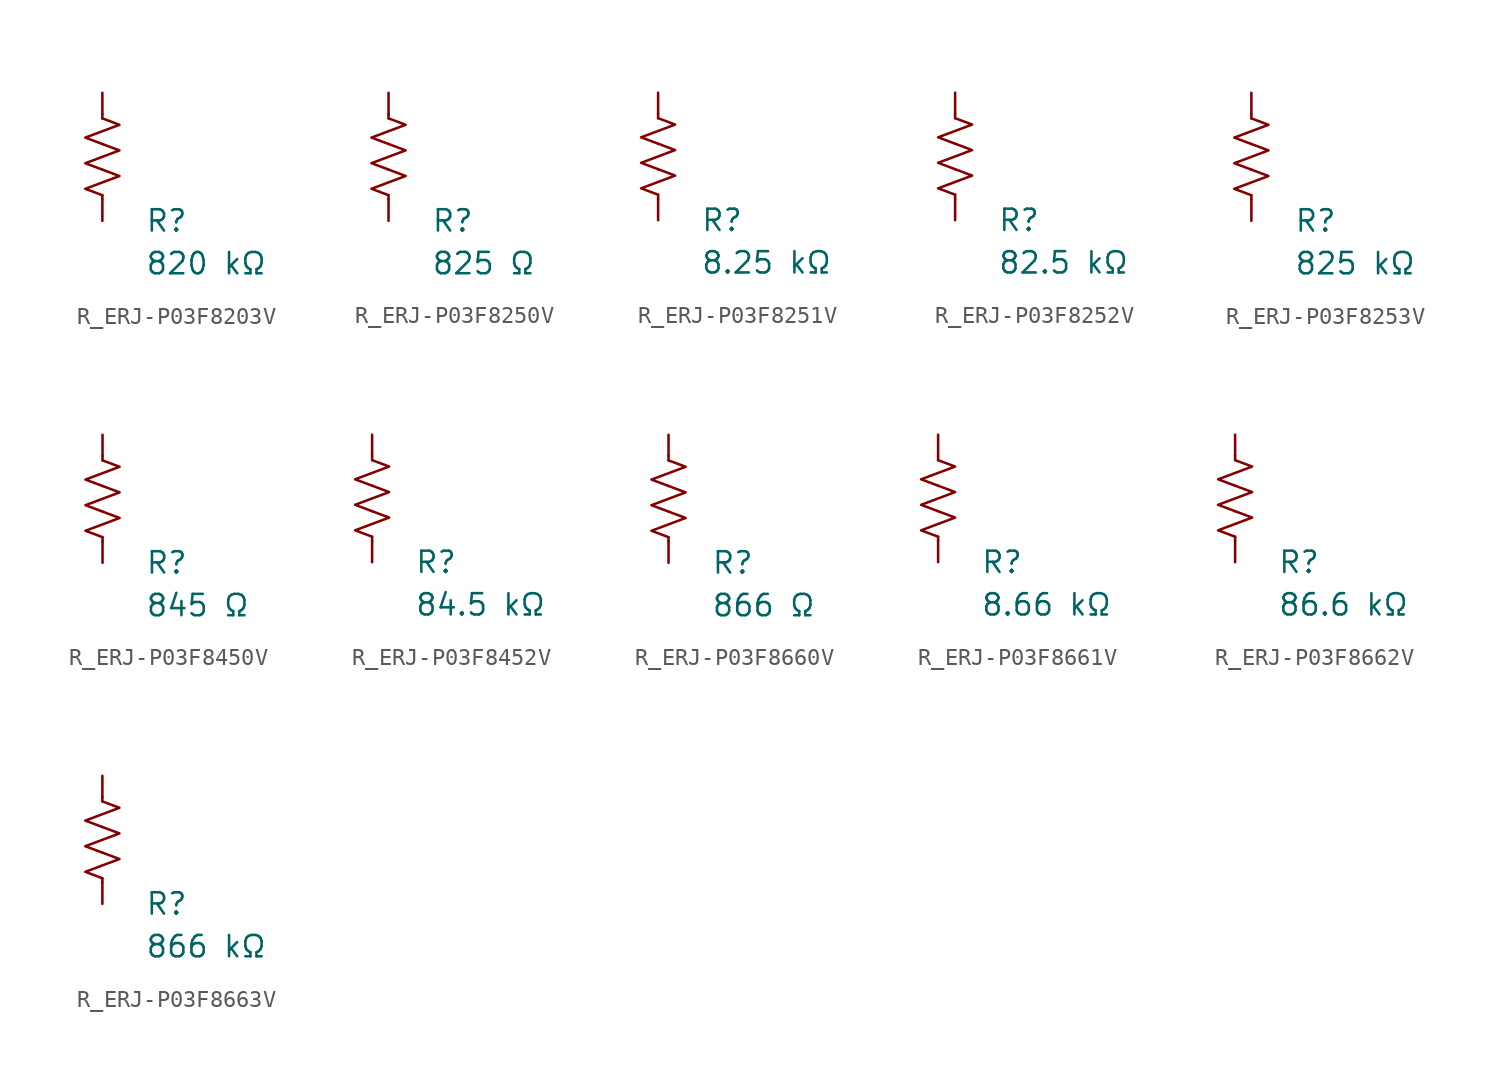
<source format=kicad_sym>
(kicad_symbol_lib
  (version 20231120)
  (generator "kicad_symbol_editor")
  (generator_version "8.0")
  (symbol "R_ERJ-P03F8203V"
    (pin_numbers hide)
    (pin_names
      (offset 0))
    (property "Reference" "R"
      (at 2.54 -3.81 0)
      (effects (font (size 1.27 1.27)) (justify left))
      (show_name no))
    (property "Value" "820 kΩ"
      (at 2.54 -6.35 0)
      (effects (font (size 1.27 1.27)) (justify left))
      (show_name no))
    (symbol "R_ERJ-P03F8203V_0_1"
      (polyline (pts (xy 0 -2.286) (xy 0 -2.54)) (stroke (width 0) (type default)) (fill (type none)))
      (polyline (pts (xy 0 2.286) (xy 0 2.54)) (stroke (width 0) (type default)) (fill (type none)))
      (polyline (pts (xy 0 -0.762) (xy 1.016 -1.143) (xy 0 -1.524) (xy -1.016 -1.905) (xy 0 -2.286)) (stroke (width 0) (type default)) (fill (type none)))
      (polyline (pts (xy 0 0.762) (xy 1.016 0.381) (xy 0 0) (xy -1.016 -0.381) (xy 0 -0.762)) (stroke (width 0) (type default)) (fill (type none)))
      (polyline (pts (xy 0 2.286) (xy 1.016 1.905) (xy 0 1.524) (xy -1.016 1.143) (xy 0 0.762)) (stroke (width 0) (type default)) (fill (type none))))
    (symbol "R_ERJ-P03F8203V_1_1"
      (pin passive line (at 0 3.81 270) (length 1.27) (name "~" (effects (font (size 1.27 1.27)))) (number "1" (effects (font (size 1.27 1.27)))))
      (pin passive line (at 0 -3.81 90) (length 1.27) (name "~" (effects (font (size 1.27 1.27)))) (number "2" (effects (font (size 1.27 1.27)))))))
  (symbol "R_ERJ-P03F8250V"
    (pin_numbers hide)
    (pin_names
      (offset 0))
    (property "Reference" "R"
      (at 2.54 -3.81 0)
      (effects (font (size 1.27 1.27)) (justify left))
      (show_name no))
    (property "Value" "825 Ω"
      (at 2.54 -6.35 0)
      (effects (font (size 1.27 1.27)) (justify left))
      (show_name no))
    (symbol "R_ERJ-P03F8250V_0_1"
      (polyline (pts (xy 0 -2.286) (xy 0 -2.54)) (stroke (width 0) (type default)) (fill (type none)))
      (polyline (pts (xy 0 2.286) (xy 0 2.54)) (stroke (width 0) (type default)) (fill (type none)))
      (polyline (pts (xy 0 -0.762) (xy 1.016 -1.143) (xy 0 -1.524) (xy -1.016 -1.905) (xy 0 -2.286)) (stroke (width 0) (type default)) (fill (type none)))
      (polyline (pts (xy 0 0.762) (xy 1.016 0.381) (xy 0 0) (xy -1.016 -0.381) (xy 0 -0.762)) (stroke (width 0) (type default)) (fill (type none)))
      (polyline (pts (xy 0 2.286) (xy 1.016 1.905) (xy 0 1.524) (xy -1.016 1.143) (xy 0 0.762)) (stroke (width 0) (type default)) (fill (type none))))
    (symbol "R_ERJ-P03F8250V_1_1"
      (pin passive line (at 0 3.81 270) (length 1.27) (name "~" (effects (font (size 1.27 1.27)))) (number "1" (effects (font (size 1.27 1.27)))))
      (pin passive line (at 0 -3.81 90) (length 1.27) (name "~" (effects (font (size 1.27 1.27)))) (number "2" (effects (font (size 1.27 1.27)))))))
  (symbol "R_ERJ-P03F8251V"
    (pin_numbers hide)
    (pin_names
      (offset 0))
    (property "Reference" "R"
      (at 2.54 -3.81 0)
      (effects (font (size 1.27 1.27)) (justify left))
      (show_name no))
    (property "Value" "8.25 kΩ"
      (at 2.54 -6.35 0)
      (effects (font (size 1.27 1.27)) (justify left))
      (show_name no))
    (symbol "R_ERJ-P03F8251V_0_1"
      (polyline (pts (xy 0 -2.286) (xy 0 -2.54)) (stroke (width 0) (type default)) (fill (type none)))
      (polyline (pts (xy 0 2.286) (xy 0 2.54)) (stroke (width 0) (type default)) (fill (type none)))
      (polyline (pts (xy 0 -0.762) (xy 1.016 -1.143) (xy 0 -1.524) (xy -1.016 -1.905) (xy 0 -2.286)) (stroke (width 0) (type default)) (fill (type none)))
      (polyline (pts (xy 0 0.762) (xy 1.016 0.381) (xy 0 0) (xy -1.016 -0.381) (xy 0 -0.762)) (stroke (width 0) (type default)) (fill (type none)))
      (polyline (pts (xy 0 2.286) (xy 1.016 1.905) (xy 0 1.524) (xy -1.016 1.143) (xy 0 0.762)) (stroke (width 0) (type default)) (fill (type none))))
    (symbol "R_ERJ-P03F8251V_1_1"
      (pin passive line (at 0 3.81 270) (length 1.27) (name "~" (effects (font (size 1.27 1.27)))) (number "1" (effects (font (size 1.27 1.27)))))
      (pin passive line (at 0 -3.81 90) (length 1.27) (name "~" (effects (font (size 1.27 1.27)))) (number "2" (effects (font (size 1.27 1.27)))))))
  (symbol "R_ERJ-P03F8252V"
    (pin_numbers hide)
    (pin_names
      (offset 0))
    (property "Reference" "R"
      (at 2.54 -3.81 0)
      (effects (font (size 1.27 1.27)) (justify left))
      (show_name no))
    (property "Value" "82.5 kΩ"
      (at 2.54 -6.35 0)
      (effects (font (size 1.27 1.27)) (justify left))
      (show_name no))
    (symbol "R_ERJ-P03F8252V_0_1"
      (polyline (pts (xy 0 -2.286) (xy 0 -2.54)) (stroke (width 0) (type default)) (fill (type none)))
      (polyline (pts (xy 0 2.286) (xy 0 2.54)) (stroke (width 0) (type default)) (fill (type none)))
      (polyline (pts (xy 0 -0.762) (xy 1.016 -1.143) (xy 0 -1.524) (xy -1.016 -1.905) (xy 0 -2.286)) (stroke (width 0) (type default)) (fill (type none)))
      (polyline (pts (xy 0 0.762) (xy 1.016 0.381) (xy 0 0) (xy -1.016 -0.381) (xy 0 -0.762)) (stroke (width 0) (type default)) (fill (type none)))
      (polyline (pts (xy 0 2.286) (xy 1.016 1.905) (xy 0 1.524) (xy -1.016 1.143) (xy 0 0.762)) (stroke (width 0) (type default)) (fill (type none))))
    (symbol "R_ERJ-P03F8252V_1_1"
      (pin passive line (at 0 3.81 270) (length 1.27) (name "~" (effects (font (size 1.27 1.27)))) (number "1" (effects (font (size 1.27 1.27)))))
      (pin passive line (at 0 -3.81 90) (length 1.27) (name "~" (effects (font (size 1.27 1.27)))) (number "2" (effects (font (size 1.27 1.27)))))))
  (symbol "R_ERJ-P03F8253V"
    (pin_numbers hide)
    (pin_names
      (offset 0))
    (property "Reference" "R"
      (at 2.54 -3.81 0)
      (effects (font (size 1.27 1.27)) (justify left))
      (show_name no))
    (property "Value" "825 kΩ"
      (at 2.54 -6.35 0)
      (effects (font (size 1.27 1.27)) (justify left))
      (show_name no))
    (symbol "R_ERJ-P03F8253V_0_1"
      (polyline (pts (xy 0 -2.286) (xy 0 -2.54)) (stroke (width 0) (type default)) (fill (type none)))
      (polyline (pts (xy 0 2.286) (xy 0 2.54)) (stroke (width 0) (type default)) (fill (type none)))
      (polyline (pts (xy 0 -0.762) (xy 1.016 -1.143) (xy 0 -1.524) (xy -1.016 -1.905) (xy 0 -2.286)) (stroke (width 0) (type default)) (fill (type none)))
      (polyline (pts (xy 0 0.762) (xy 1.016 0.381) (xy 0 0) (xy -1.016 -0.381) (xy 0 -0.762)) (stroke (width 0) (type default)) (fill (type none)))
      (polyline (pts (xy 0 2.286) (xy 1.016 1.905) (xy 0 1.524) (xy -1.016 1.143) (xy 0 0.762)) (stroke (width 0) (type default)) (fill (type none))))
    (symbol "R_ERJ-P03F8253V_1_1"
      (pin passive line (at 0 3.81 270) (length 1.27) (name "~" (effects (font (size 1.27 1.27)))) (number "1" (effects (font (size 1.27 1.27)))))
      (pin passive line (at 0 -3.81 90) (length 1.27) (name "~" (effects (font (size 1.27 1.27)))) (number "2" (effects (font (size 1.27 1.27)))))))
  (symbol "R_ERJ-P03F8450V"
    (pin_numbers hide)
    (pin_names
      (offset 0))
    (property "Reference" "R"
      (at 2.54 -3.81 0)
      (effects (font (size 1.27 1.27)) (justify left))
      (show_name no))
    (property "Value" "845 Ω"
      (at 2.54 -6.35 0)
      (effects (font (size 1.27 1.27)) (justify left))
      (show_name no))
    (symbol "R_ERJ-P03F8450V_0_1"
      (polyline (pts (xy 0 -2.286) (xy 0 -2.54)) (stroke (width 0) (type default)) (fill (type none)))
      (polyline (pts (xy 0 2.286) (xy 0 2.54)) (stroke (width 0) (type default)) (fill (type none)))
      (polyline (pts (xy 0 -0.762) (xy 1.016 -1.143) (xy 0 -1.524) (xy -1.016 -1.905) (xy 0 -2.286)) (stroke (width 0) (type default)) (fill (type none)))
      (polyline (pts (xy 0 0.762) (xy 1.016 0.381) (xy 0 0) (xy -1.016 -0.381) (xy 0 -0.762)) (stroke (width 0) (type default)) (fill (type none)))
      (polyline (pts (xy 0 2.286) (xy 1.016 1.905) (xy 0 1.524) (xy -1.016 1.143) (xy 0 0.762)) (stroke (width 0) (type default)) (fill (type none))))
    (symbol "R_ERJ-P03F8450V_1_1"
      (pin passive line (at 0 3.81 270) (length 1.27) (name "~" (effects (font (size 1.27 1.27)))) (number "1" (effects (font (size 1.27 1.27)))))
      (pin passive line (at 0 -3.81 90) (length 1.27) (name "~" (effects (font (size 1.27 1.27)))) (number "2" (effects (font (size 1.27 1.27)))))))
  (symbol "R_ERJ-P03F8452V"
    (pin_numbers hide)
    (pin_names
      (offset 0))
    (property "Reference" "R"
      (at 2.54 -3.81 0)
      (effects (font (size 1.27 1.27)) (justify left))
      (show_name no))
    (property "Value" "84.5 kΩ"
      (at 2.54 -6.35 0)
      (effects (font (size 1.27 1.27)) (justify left))
      (show_name no))
    (symbol "R_ERJ-P03F8452V_0_1"
      (polyline (pts (xy 0 -2.286) (xy 0 -2.54)) (stroke (width 0) (type default)) (fill (type none)))
      (polyline (pts (xy 0 2.286) (xy 0 2.54)) (stroke (width 0) (type default)) (fill (type none)))
      (polyline (pts (xy 0 -0.762) (xy 1.016 -1.143) (xy 0 -1.524) (xy -1.016 -1.905) (xy 0 -2.286)) (stroke (width 0) (type default)) (fill (type none)))
      (polyline (pts (xy 0 0.762) (xy 1.016 0.381) (xy 0 0) (xy -1.016 -0.381) (xy 0 -0.762)) (stroke (width 0) (type default)) (fill (type none)))
      (polyline (pts (xy 0 2.286) (xy 1.016 1.905) (xy 0 1.524) (xy -1.016 1.143) (xy 0 0.762)) (stroke (width 0) (type default)) (fill (type none))))
    (symbol "R_ERJ-P03F8452V_1_1"
      (pin passive line (at 0 3.81 270) (length 1.27) (name "~" (effects (font (size 1.27 1.27)))) (number "1" (effects (font (size 1.27 1.27)))))
      (pin passive line (at 0 -3.81 90) (length 1.27) (name "~" (effects (font (size 1.27 1.27)))) (number "2" (effects (font (size 1.27 1.27)))))))
  (symbol "R_ERJ-P03F8660V"
    (pin_numbers hide)
    (pin_names
      (offset 0))
    (property "Reference" "R"
      (at 2.54 -3.81 0)
      (effects (font (size 1.27 1.27)) (justify left))
      (show_name no))
    (property "Value" "866 Ω"
      (at 2.54 -6.35 0)
      (effects (font (size 1.27 1.27)) (justify left))
      (show_name no))
    (symbol "R_ERJ-P03F8660V_0_1"
      (polyline (pts (xy 0 -2.286) (xy 0 -2.54)) (stroke (width 0) (type default)) (fill (type none)))
      (polyline (pts (xy 0 2.286) (xy 0 2.54)) (stroke (width 0) (type default)) (fill (type none)))
      (polyline (pts (xy 0 -0.762) (xy 1.016 -1.143) (xy 0 -1.524) (xy -1.016 -1.905) (xy 0 -2.286)) (stroke (width 0) (type default)) (fill (type none)))
      (polyline (pts (xy 0 0.762) (xy 1.016 0.381) (xy 0 0) (xy -1.016 -0.381) (xy 0 -0.762)) (stroke (width 0) (type default)) (fill (type none)))
      (polyline (pts (xy 0 2.286) (xy 1.016 1.905) (xy 0 1.524) (xy -1.016 1.143) (xy 0 0.762)) (stroke (width 0) (type default)) (fill (type none))))
    (symbol "R_ERJ-P03F8660V_1_1"
      (pin passive line (at 0 3.81 270) (length 1.27) (name "~" (effects (font (size 1.27 1.27)))) (number "1" (effects (font (size 1.27 1.27)))))
      (pin passive line (at 0 -3.81 90) (length 1.27) (name "~" (effects (font (size 1.27 1.27)))) (number "2" (effects (font (size 1.27 1.27)))))))
  (symbol "R_ERJ-P03F8661V"
    (pin_numbers hide)
    (pin_names
      (offset 0))
    (property "Reference" "R"
      (at 2.54 -3.81 0)
      (effects (font (size 1.27 1.27)) (justify left))
      (show_name no))
    (property "Value" "8.66 kΩ"
      (at 2.54 -6.35 0)
      (effects (font (size 1.27 1.27)) (justify left))
      (show_name no))
    (symbol "R_ERJ-P03F8661V_0_1"
      (polyline (pts (xy 0 -2.286) (xy 0 -2.54)) (stroke (width 0) (type default)) (fill (type none)))
      (polyline (pts (xy 0 2.286) (xy 0 2.54)) (stroke (width 0) (type default)) (fill (type none)))
      (polyline (pts (xy 0 -0.762) (xy 1.016 -1.143) (xy 0 -1.524) (xy -1.016 -1.905) (xy 0 -2.286)) (stroke (width 0) (type default)) (fill (type none)))
      (polyline (pts (xy 0 0.762) (xy 1.016 0.381) (xy 0 0) (xy -1.016 -0.381) (xy 0 -0.762)) (stroke (width 0) (type default)) (fill (type none)))
      (polyline (pts (xy 0 2.286) (xy 1.016 1.905) (xy 0 1.524) (xy -1.016 1.143) (xy 0 0.762)) (stroke (width 0) (type default)) (fill (type none))))
    (symbol "R_ERJ-P03F8661V_1_1"
      (pin passive line (at 0 3.81 270) (length 1.27) (name "~" (effects (font (size 1.27 1.27)))) (number "1" (effects (font (size 1.27 1.27)))))
      (pin passive line (at 0 -3.81 90) (length 1.27) (name "~" (effects (font (size 1.27 1.27)))) (number "2" (effects (font (size 1.27 1.27)))))))
  (symbol "R_ERJ-P03F8662V"
    (pin_numbers hide)
    (pin_names
      (offset 0))
    (property "Reference" "R"
      (at 2.54 -3.81 0)
      (effects (font (size 1.27 1.27)) (justify left))
      (show_name no))
    (property "Value" "86.6 kΩ"
      (at 2.54 -6.35 0)
      (effects (font (size 1.27 1.27)) (justify left))
      (show_name no))
    (symbol "R_ERJ-P03F8662V_0_1"
      (polyline (pts (xy 0 -2.286) (xy 0 -2.54)) (stroke (width 0) (type default)) (fill (type none)))
      (polyline (pts (xy 0 2.286) (xy 0 2.54)) (stroke (width 0) (type default)) (fill (type none)))
      (polyline (pts (xy 0 -0.762) (xy 1.016 -1.143) (xy 0 -1.524) (xy -1.016 -1.905) (xy 0 -2.286)) (stroke (width 0) (type default)) (fill (type none)))
      (polyline (pts (xy 0 0.762) (xy 1.016 0.381) (xy 0 0) (xy -1.016 -0.381) (xy 0 -0.762)) (stroke (width 0) (type default)) (fill (type none)))
      (polyline (pts (xy 0 2.286) (xy 1.016 1.905) (xy 0 1.524) (xy -1.016 1.143) (xy 0 0.762)) (stroke (width 0) (type default)) (fill (type none))))
    (symbol "R_ERJ-P03F8662V_1_1"
      (pin passive line (at 0 3.81 270) (length 1.27) (name "~" (effects (font (size 1.27 1.27)))) (number "1" (effects (font (size 1.27 1.27)))))
      (pin passive line (at 0 -3.81 90) (length 1.27) (name "~" (effects (font (size 1.27 1.27)))) (number "2" (effects (font (size 1.27 1.27)))))))
  (symbol "R_ERJ-P03F8663V"
    (pin_numbers hide)
    (pin_names
      (offset 0))
    (property "Reference" "R"
      (at 2.54 -3.81 0)
      (effects (font (size 1.27 1.27)) (justify left))
      (show_name no))
    (property "Value" "866 kΩ"
      (at 2.54 -6.35 0)
      (effects (font (size 1.27 1.27)) (justify left))
      (show_name no))
    (symbol "R_ERJ-P03F8663V_0_1"
      (polyline (pts (xy 0 -2.286) (xy 0 -2.54)) (stroke (width 0) (type default)) (fill (type none)))
      (polyline (pts (xy 0 2.286) (xy 0 2.54)) (stroke (width 0) (type default)) (fill (type none)))
      (polyline (pts (xy 0 -0.762) (xy 1.016 -1.143) (xy 0 -1.524) (xy -1.016 -1.905) (xy 0 -2.286)) (stroke (width 0) (type default)) (fill (type none)))
      (polyline (pts (xy 0 0.762) (xy 1.016 0.381) (xy 0 0) (xy -1.016 -0.381) (xy 0 -0.762)) (stroke (width 0) (type default)) (fill (type none)))
      (polyline (pts (xy 0 2.286) (xy 1.016 1.905) (xy 0 1.524) (xy -1.016 1.143) (xy 0 0.762)) (stroke (width 0) (type default)) (fill (type none))))
    (symbol "R_ERJ-P03F8663V_1_1"
      (pin passive line (at 0 3.81 270) (length 1.27) (name "~" (effects (font (size 1.27 1.27)))) (number "1" (effects (font (size 1.27 1.27)))))
      (pin passive line (at 0 -3.81 90) (length 1.27) (name "~" (effects (font (size 1.27 1.27)))) (number "2" (effects (font (size 1.27 1.27))))))))
</source>
